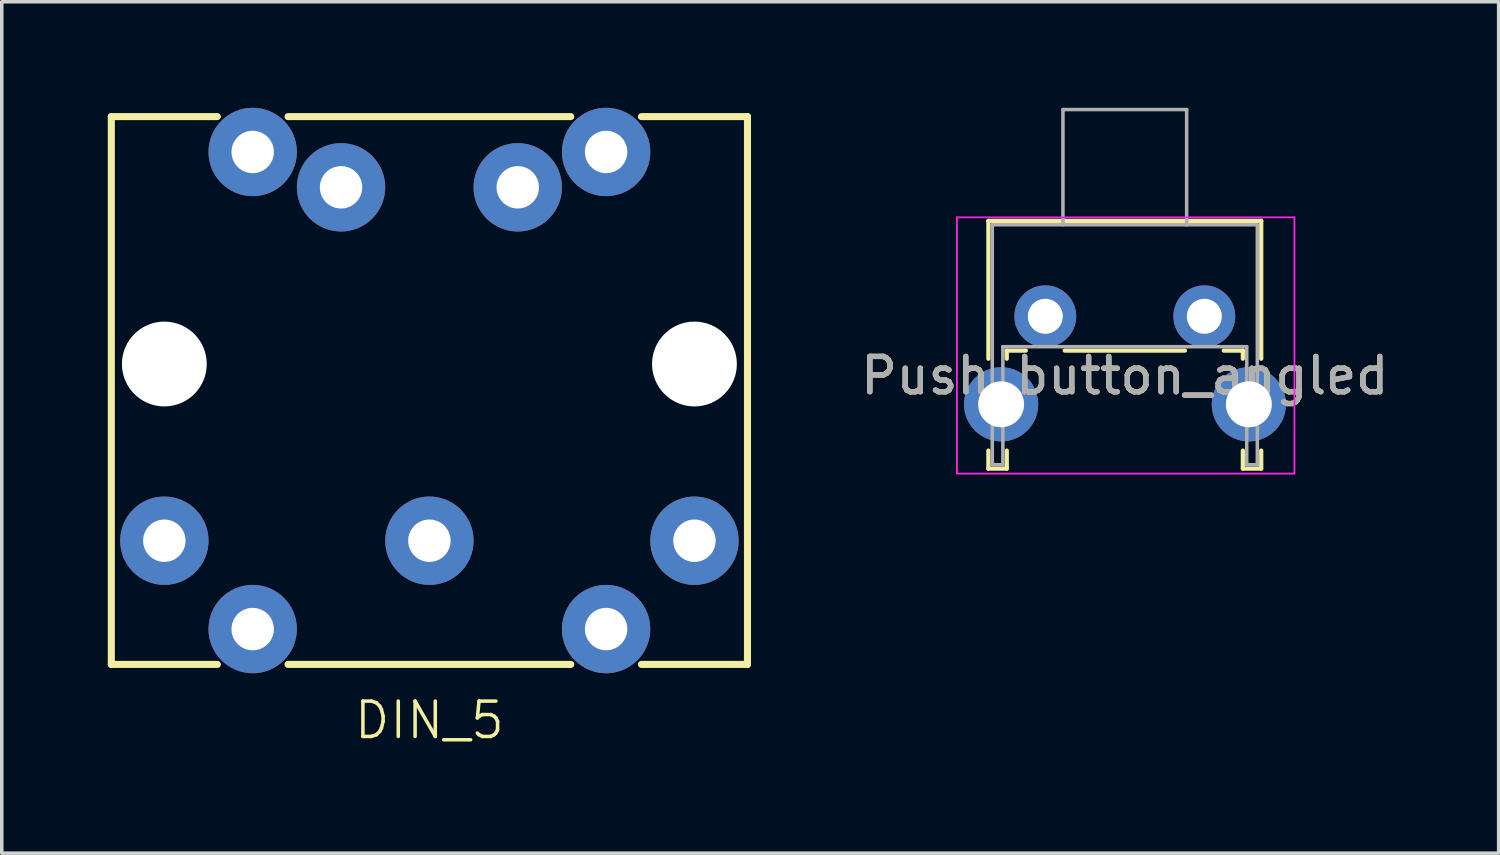
<source format=kicad_pcb>
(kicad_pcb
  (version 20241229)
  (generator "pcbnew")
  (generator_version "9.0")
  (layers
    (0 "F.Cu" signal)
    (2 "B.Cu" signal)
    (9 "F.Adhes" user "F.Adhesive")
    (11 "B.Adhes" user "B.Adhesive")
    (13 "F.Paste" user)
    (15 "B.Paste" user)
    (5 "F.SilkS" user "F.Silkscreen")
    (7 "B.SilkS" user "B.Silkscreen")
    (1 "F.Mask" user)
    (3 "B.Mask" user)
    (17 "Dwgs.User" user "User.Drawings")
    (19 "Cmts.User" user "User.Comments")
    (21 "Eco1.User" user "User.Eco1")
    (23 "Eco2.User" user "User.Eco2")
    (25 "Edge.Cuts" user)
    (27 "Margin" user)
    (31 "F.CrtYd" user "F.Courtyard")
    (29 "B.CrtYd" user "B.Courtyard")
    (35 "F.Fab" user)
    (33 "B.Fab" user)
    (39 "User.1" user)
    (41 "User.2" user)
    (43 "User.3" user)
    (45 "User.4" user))
  (footprint "Push_button_angled"
    (layer "F.Cu")
    (at 26.527 5.9)
    (property "Reference" "Push_button_angled" (at 2.25 1.68 0) (layer "F.SilkS") (effects (font (size 1 1) (thickness 0.15))))
    (attr through_hole)
    (fp_line (start -1.61 -2.7) (end -1.61 1.2) (stroke (width 0.12) (type solid)) (layer "F.SilkS"))
    (fp_line (start -1.61 -2.7) (end 6.11 -2.7) (stroke (width 0.12) (type solid)) (layer "F.SilkS"))
    (fp_line (start -1.61 3.8) (end -1.61 4.31) (stroke (width 0.12) (type solid)) (layer "F.SilkS"))
    (fp_line (start -1.61 4.31) (end -1.09 4.31) (stroke (width 0.12) (type solid)) (layer "F.SilkS"))
    (fp_line (start -1.09 0.97) (end -1.09 1.2) (stroke (width 0.12) (type solid)) (layer "F.SilkS"))
    (fp_line (start -1.09 0.97) (end -0.55 0.97) (stroke (width 0.12) (type solid)) (layer "F.SilkS"))
    (fp_line (start -1.09 3.8) (end -1.09 4.31) (stroke (width 0.12) (type solid)) (layer "F.SilkS"))
    (fp_line (start 0.55 0.97) (end 3.95 0.97) (stroke (width 0.12) (type solid)) (layer "F.SilkS"))
    (fp_line (start 5.05 0.97) (end 5.59 0.97) (stroke (width 0.12) (type solid)) (layer "F.SilkS"))
    (fp_line (start 5.59 0.97) (end 5.59 1.2) (stroke (width 0.12) (type solid)) (layer "F.SilkS"))
    (fp_line (start 5.59 3.8) (end 5.59 4.31) (stroke (width 0.12) (type solid)) (layer "F.SilkS"))
    (fp_line (start 5.59 4.31) (end 6.11 4.31) (stroke (width 0.12) (type solid)) (layer "F.SilkS"))
    (fp_line (start 6.11 -2.7) (end 6.11 1.2) (stroke (width 0.12) (type solid)) (layer "F.SilkS"))
    (fp_line (start 6.11 3.8) (end 6.11 4.31) (stroke (width 0.12) (type solid)) (layer "F.SilkS"))
    (fp_line (start -2.5 -2.8) (end 7.05 -2.8) (stroke (width 0.05) (type solid)) (layer "F.CrtYd"))
    (fp_line (start -2.5 4.45) (end -2.5 -2.8) (stroke (width 0.05) (type solid)) (layer "F.CrtYd"))
    (fp_line (start 7.05 -2.8) (end 7.05 4.45) (stroke (width 0.05) (type solid)) (layer "F.CrtYd"))
    (fp_line (start 7.05 4.45) (end -2.5 4.45) (stroke (width 0.05) (type solid)) (layer "F.CrtYd"))
    (fp_line (start -1.5 -2.59) (end 6 -2.59) (stroke (width 0.1) (type solid)) (layer "F.Fab"))
    (fp_line (start -1.5 4.2) (end -1.5 -2.59) (stroke (width 0.1) (type solid)) (layer "F.Fab"))
    (fp_line (start -1.5 4.2) (end -1.2 4.2) (stroke (width 0.1) (type solid)) (layer "F.Fab"))
    (fp_line (start -1.2 0.86) (end 5.7 0.86) (stroke (width 0.1) (type solid)) (layer "F.Fab"))
    (fp_line (start -1.2 4.2) (end -1.2 0.86) (stroke (width 0.1) (type solid)) (layer "F.Fab"))
    (fp_line (start 0.5 -5.85) (end 0.5 -2.59) (stroke (width 0.1) (type solid)) (layer "F.Fab"))
    (fp_line (start 0.5 -5.85) (end 4 -5.85) (stroke (width 0.1) (type solid)) (layer "F.Fab"))
    (fp_line (start 4 -5.85) (end 4 -2.59) (stroke (width 0.1) (type solid)) (layer "F.Fab"))
    (fp_line (start 5.7 4.2) (end 5.7 0.86) (stroke (width 0.1) (type solid)) (layer "F.Fab"))
    (fp_line (start 5.7 4.2) (end 6 4.2) (stroke (width 0.1) (type solid)) (layer "F.Fab"))
    (fp_line (start 6 4.2) (end 6 -2.59) (stroke (width 0.1) (type solid)) (layer "F.Fab"))
    (fp_text user "${REFERENCE}" (at 2.25 1.68 0) (layer "F.Fab") (effects (font (size 1 1) (thickness 0.15))))
    (pad "" thru_hole circle (at -1.25 2.49) (size 2.1 2.1) (drill 1.3) (layers "*.Cu" "*.Mask"))
    (pad "" thru_hole circle (at 5.76 2.49) (size 2.1 2.1) (drill 1.3) (layers "*.Cu" "*.Mask"))
    (pad "1" thru_hole circle (at 0 0) (size 1.75 1.75) (drill 0.99) (layers "*.Cu" "*.Mask"))
    (pad "2" thru_hole circle (at 4.5 0) (size 1.75 1.75) (drill 0.99) (layers "*.Cu" "*.Mask")))
  (footprint "DIN_5"
    (layer "F.Cu")
    (at 9.1 12.25)
    (property "Reference" "DIN_5" (at 0 5.08 0) (unlocked yes) (layer "F.SilkS") (effects (font (size 1 1) (thickness 0.1))))
    (attr through_hole)
    (fp_line (start -9 -12) (end -9 3.5) (stroke (width 0.2) (type solid)) (layer "F.SilkS"))
    (fp_line (start -9 -12) (end -6 -12) (stroke (width 0.2) (type solid)) (layer "F.SilkS"))
    (fp_line (start -9 3.5) (end -6 3.5) (stroke (width 0.2) (type solid)) (layer "F.SilkS"))
    (fp_line (start -4 -12) (end 4 -12) (stroke (width 0.2) (type solid)) (layer "F.SilkS"))
    (fp_line (start -4 3.5) (end 4 3.5) (stroke (width 0.2) (type solid)) (layer "F.SilkS"))
    (fp_line (start 6 -12) (end 9 -12) (stroke (width 0.2) (type solid)) (layer "F.SilkS"))
    (fp_line (start 6 3.5) (end 9 3.5) (stroke (width 0.2) (type solid)) (layer "F.SilkS"))
    (fp_line (start 9 3.5) (end 9 -12) (stroke (width 0.2) (type solid)) (layer "F.SilkS"))
    (pad "" np_thru_hole circle (at -7.5 -5) (size 2.4 2.4) (drill 2.4) (layers "*.Cu" "*.Mask"))
    (pad "" np_thru_hole circle (at 7.5 -5) (size 2.4 2.4) (drill 2.4) (layers "*.Cu" "*.Mask"))
    (pad "1" thru_hole circle (at -7.5 0) (size 2.5 2.5) (drill 1.2) (layers "*.Cu" "*.Mask"))
    (pad "2" thru_hole circle (at -5 -11) (size 2.5 2.5) (drill 1.2) (layers "*.Cu" "*.Mask"))
    (pad "2" thru_hole circle (at -2.5 -10) (size 2.5 2.5) (drill 1.2) (layers "*.Cu" "*.Mask"))
    (pad "2" thru_hole circle (at 0 0) (size 2.5 2.5) (drill 1.2) (layers "*.Cu" "*.Mask"))
    (pad "2" thru_hole circle (at 2.5 -10) (size 2.5 2.5) (drill 1.2) (layers "*.Cu" "*.Mask"))
    (pad "2" thru_hole circle (at 5 -11) (size 2.5 2.5) (drill 1.2) (layers "*.Cu" "*.Mask"))
    (pad "3" thru_hole circle (at 7.5 0) (size 2.5 2.5) (drill 1.2) (layers "*.Cu" "*.Mask"))
    (pad "4" thru_hole circle (at -5 2.5) (size 2.5 2.5) (drill 1.2) (layers "*.Cu" "*.Mask"))
    (pad "5" thru_hole circle (at 5 2.5) (size 2.5 2.5) (drill 1.2) (layers "*.Cu" "*.Mask")))
  (gr_rect
    (start -3 -3)
    (end 39.355 21.09)
    (stroke (width 0.1) (type default))
    (fill no)
    (layer "Edge.Cuts")))
</source>
